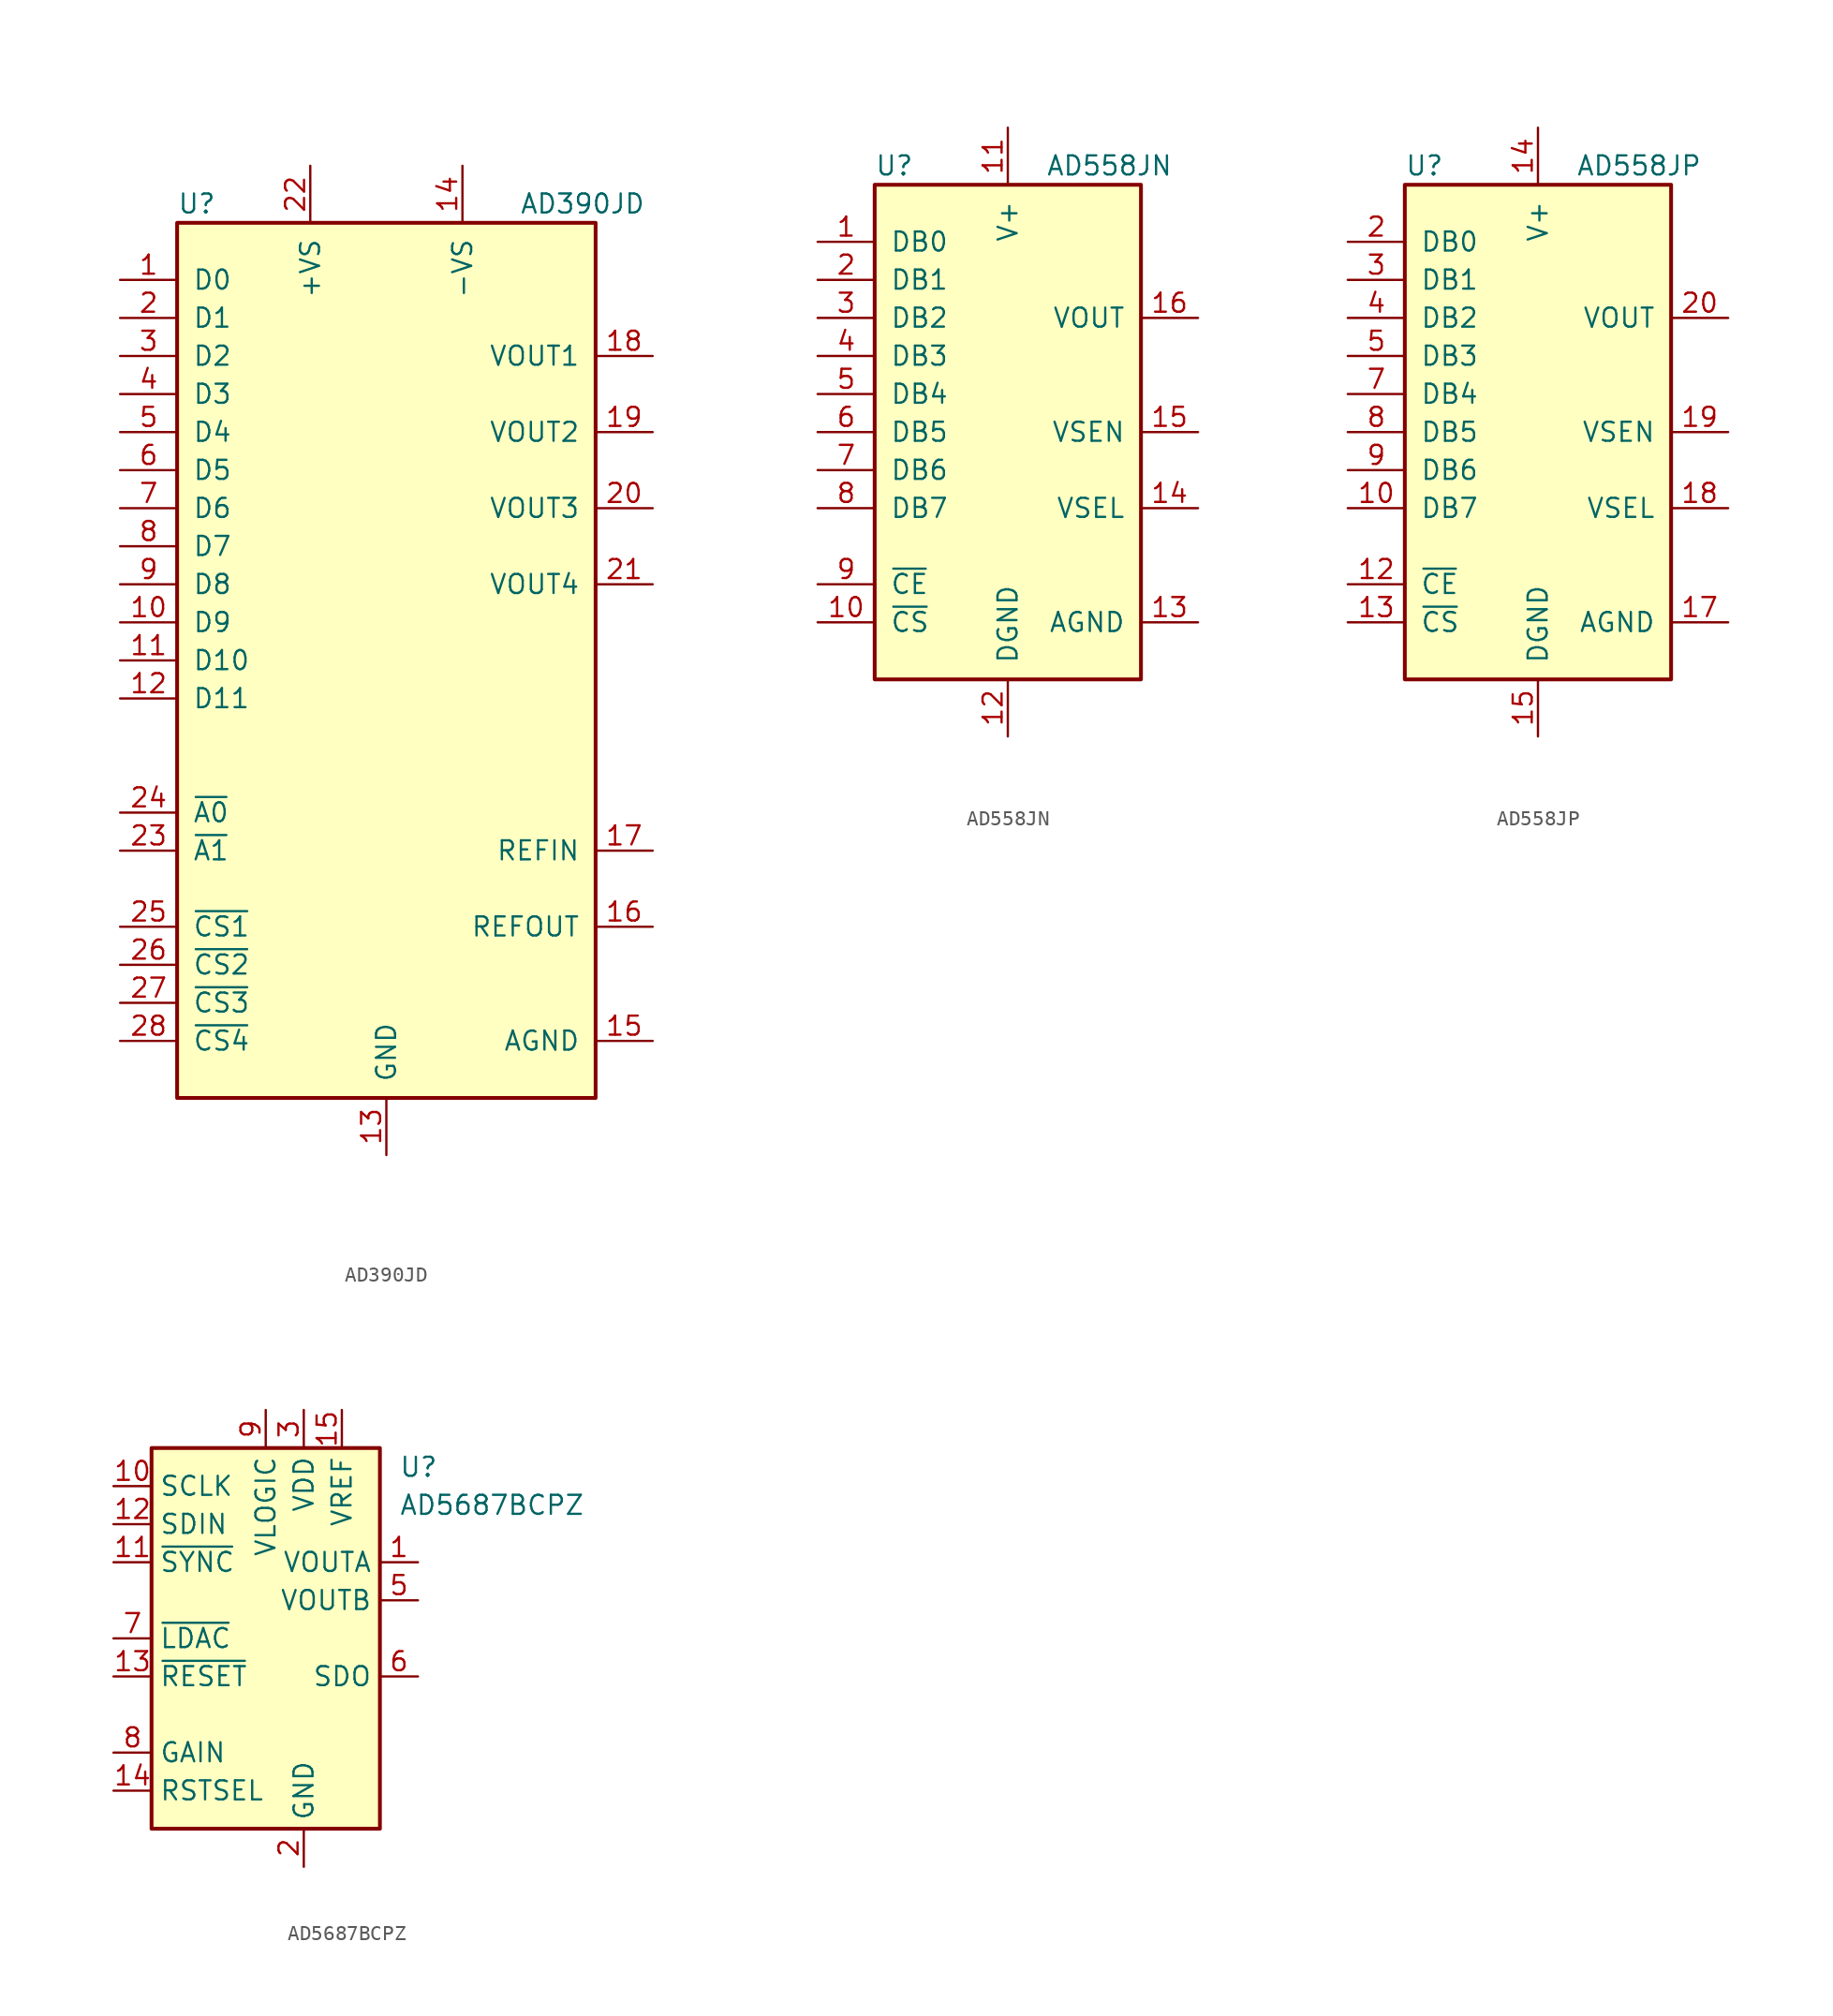
<source format=kicad_sym>
(kicad_symbol_lib
  (version 20220914)
  (generator kicad_symbol_editor)
  (symbol "AD390JD"
    (pin_names
      (offset 1.016))
    (property "Reference" "U"
      (at -13.97 30.48 0)
      (effects (font (size 1.27 1.27)) (justify left)))
    (property "Value" "AD390JD"
      (at 8.89 30.48 0)
      (effects (font (size 1.27 1.27)) (justify left)))
    (symbol "AD390JD_0_1"
      (rectangle (start -13.97 -29.21) (end 13.97 29.21) (stroke (width 0.254) (type default)) (fill (type background))))
    (symbol "AD390JD_1_1"
      (pin input line (at -17.78 25.4 0) (length 3.81) (name "D0" (effects (font (size 1.27 1.27)))) (number "1" (effects (font (size 1.27 1.27)))))
      (pin input line (at -17.78 2.54 0) (length 3.81) (name "D9" (effects (font (size 1.27 1.27)))) (number "10" (effects (font (size 1.27 1.27)))))
      (pin input line (at -17.78 0 0) (length 3.81) (name "D10" (effects (font (size 1.27 1.27)))) (number "11" (effects (font (size 1.27 1.27)))))
      (pin input line (at -17.78 -2.54 0) (length 3.81) (name "D11" (effects (font (size 1.27 1.27)))) (number "12" (effects (font (size 1.27 1.27)))))
      (pin power_in line (at 0 -33.02 90) (length 3.81) (name "GND" (effects (font (size 1.27 1.27)))) (number "13" (effects (font (size 1.27 1.27)))))
      (pin power_in line (at 5.08 33.02 270) (length 3.81) (name "-VS" (effects (font (size 1.27 1.27)))) (number "14" (effects (font (size 1.27 1.27)))))
      (pin passive line (at 17.78 -25.4 180) (length 3.81) (name "AGND" (effects (font (size 1.27 1.27)))) (number "15" (effects (font (size 1.27 1.27)))))
      (pin passive line (at 17.78 -17.78 180) (length 3.81) (name "REFOUT" (effects (font (size 1.27 1.27)))) (number "16" (effects (font (size 1.27 1.27)))))
      (pin passive line (at 17.78 -12.7 180) (length 3.81) (name "REFIN" (effects (font (size 1.27 1.27)))) (number "17" (effects (font (size 1.27 1.27)))))
      (pin passive line (at 17.78 20.32 180) (length 3.81) (name "VOUT1" (effects (font (size 1.27 1.27)))) (number "18" (effects (font (size 1.27 1.27)))))
      (pin passive line (at 17.78 15.24 180) (length 3.81) (name "VOUT2" (effects (font (size 1.27 1.27)))) (number "19" (effects (font (size 1.27 1.27)))))
      (pin input line (at -17.78 22.86 0) (length 3.81) (name "D1" (effects (font (size 1.27 1.27)))) (number "2" (effects (font (size 1.27 1.27)))))
      (pin passive line (at 17.78 10.16 180) (length 3.81) (name "VOUT3" (effects (font (size 1.27 1.27)))) (number "20" (effects (font (size 1.27 1.27)))))
      (pin passive line (at 17.78 5.08 180) (length 3.81) (name "VOUT4" (effects (font (size 1.27 1.27)))) (number "21" (effects (font (size 1.27 1.27)))))
      (pin power_in line (at -5.08 33.02 270) (length 3.81) (name "+VS" (effects (font (size 1.27 1.27)))) (number "22" (effects (font (size 1.27 1.27)))))
      (pin input line (at -17.78 -12.7 0) (length 3.81) (name "~{A1}" (effects (font (size 1.27 1.27)))) (number "23" (effects (font (size 1.27 1.27)))))
      (pin input line (at -17.78 -10.16 0) (length 3.81) (name "~{A0}" (effects (font (size 1.27 1.27)))) (number "24" (effects (font (size 1.27 1.27)))))
      (pin input line (at -17.78 -17.78 0) (length 3.81) (name "~{CS1}" (effects (font (size 1.27 1.27)))) (number "25" (effects (font (size 1.27 1.27)))))
      (pin input line (at -17.78 -20.32 0) (length 3.81) (name "~{CS2}" (effects (font (size 1.27 1.27)))) (number "26" (effects (font (size 1.27 1.27)))))
      (pin input line (at -17.78 -22.86 0) (length 3.81) (name "~{CS3}" (effects (font (size 1.27 1.27)))) (number "27" (effects (font (size 1.27 1.27)))))
      (pin input line (at -17.78 -25.4 0) (length 3.81) (name "~{CS4}" (effects (font (size 1.27 1.27)))) (number "28" (effects (font (size 1.27 1.27)))))
      (pin input line (at -17.78 20.32 0) (length 3.81) (name "D2" (effects (font (size 1.27 1.27)))) (number "3" (effects (font (size 1.27 1.27)))))
      (pin input line (at -17.78 17.78 0) (length 3.81) (name "D3" (effects (font (size 1.27 1.27)))) (number "4" (effects (font (size 1.27 1.27)))))
      (pin input line (at -17.78 15.24 0) (length 3.81) (name "D4" (effects (font (size 1.27 1.27)))) (number "5" (effects (font (size 1.27 1.27)))))
      (pin input line (at -17.78 12.7 0) (length 3.81) (name "D5" (effects (font (size 1.27 1.27)))) (number "6" (effects (font (size 1.27 1.27)))))
      (pin input line (at -17.78 10.16 0) (length 3.81) (name "D6" (effects (font (size 1.27 1.27)))) (number "7" (effects (font (size 1.27 1.27)))))
      (pin input line (at -17.78 7.62 0) (length 3.81) (name "D7" (effects (font (size 1.27 1.27)))) (number "8" (effects (font (size 1.27 1.27)))))
      (pin input line (at -17.78 5.08 0) (length 3.81) (name "D8" (effects (font (size 1.27 1.27)))) (number "9" (effects (font (size 1.27 1.27)))))))
  (symbol "AD558JN"
    (pin_names
      (offset 1.016))
    (property "Reference" "U"
      (at -8.89 17.78 0)
      (effects (font (size 1.27 1.27)) (justify left)))
    (property "Value" "AD558JN"
      (at 2.54 17.78 0)
      (effects (font (size 1.27 1.27)) (justify left)))
    (symbol "AD558JN_0_1"
      (rectangle (start -8.89 -16.51) (end 8.89 16.51) (stroke (width 0.254) (type default)) (fill (type background))))
    (symbol "AD558JN_1_1"
      (pin input line (at -12.7 12.7 0) (length 3.81) (name "DB0" (effects (font (size 1.27 1.27)))) (number "1" (effects (font (size 1.27 1.27)))))
      (pin input line (at -12.7 -12.7 0) (length 3.81) (name "~{CS}" (effects (font (size 1.27 1.27)))) (number "10" (effects (font (size 1.27 1.27)))))
      (pin power_in line (at 0 20.32 270) (length 3.81) (name "V+" (effects (font (size 1.27 1.27)))) (number "11" (effects (font (size 1.27 1.27)))))
      (pin power_in line (at 0 -20.32 90) (length 3.81) (name "DGND" (effects (font (size 1.27 1.27)))) (number "12" (effects (font (size 1.27 1.27)))))
      (pin power_in line (at 12.7 -12.7 180) (length 3.81) (name "AGND" (effects (font (size 1.27 1.27)))) (number "13" (effects (font (size 1.27 1.27)))))
      (pin input line (at 12.7 -5.08 180) (length 3.81) (name "VSEL" (effects (font (size 1.27 1.27)))) (number "14" (effects (font (size 1.27 1.27)))))
      (pin input line (at 12.7 0 180) (length 3.81) (name "VSEN" (effects (font (size 1.27 1.27)))) (number "15" (effects (font (size 1.27 1.27)))))
      (pin output line (at 12.7 7.62 180) (length 3.81) (name "VOUT" (effects (font (size 1.27 1.27)))) (number "16" (effects (font (size 1.27 1.27)))))
      (pin input line (at -12.7 10.16 0) (length 3.81) (name "DB1" (effects (font (size 1.27 1.27)))) (number "2" (effects (font (size 1.27 1.27)))))
      (pin input line (at -12.7 7.62 0) (length 3.81) (name "DB2" (effects (font (size 1.27 1.27)))) (number "3" (effects (font (size 1.27 1.27)))))
      (pin input line (at -12.7 5.08 0) (length 3.81) (name "DB3" (effects (font (size 1.27 1.27)))) (number "4" (effects (font (size 1.27 1.27)))))
      (pin input line (at -12.7 2.54 0) (length 3.81) (name "DB4" (effects (font (size 1.27 1.27)))) (number "5" (effects (font (size 1.27 1.27)))))
      (pin input line (at -12.7 0 0) (length 3.81) (name "DB5" (effects (font (size 1.27 1.27)))) (number "6" (effects (font (size 1.27 1.27)))))
      (pin input line (at -12.7 -2.54 0) (length 3.81) (name "DB6" (effects (font (size 1.27 1.27)))) (number "7" (effects (font (size 1.27 1.27)))))
      (pin input line (at -12.7 -5.08 0) (length 3.81) (name "DB7" (effects (font (size 1.27 1.27)))) (number "8" (effects (font (size 1.27 1.27)))))
      (pin input line (at -12.7 -10.16 0) (length 3.81) (name "~{CE}" (effects (font (size 1.27 1.27)))) (number "9" (effects (font (size 1.27 1.27)))))))
  (symbol "AD558JP"
    (pin_names
      (offset 1.016))
    (property "Reference" "U"
      (at -8.89 17.78 0)
      (effects (font (size 1.27 1.27)) (justify left)))
    (property "Value" "AD558JP"
      (at 2.54 17.78 0)
      (effects (font (size 1.27 1.27)) (justify left)))
    (symbol "AD558JP_0_1"
      (rectangle (start -8.89 -16.51) (end 8.89 16.51) (stroke (width 0.254) (type default)) (fill (type background))))
    (symbol "AD558JP_1_1"
      (pin input line (at -12.7 -5.08 0) (length 3.81) (name "DB7" (effects (font (size 1.27 1.27)))) (number "10" (effects (font (size 1.27 1.27)))))
      (pin input line (at -12.7 -10.16 0) (length 3.81) (name "~{CE}" (effects (font (size 1.27 1.27)))) (number "12" (effects (font (size 1.27 1.27)))))
      (pin input line (at -12.7 -12.7 0) (length 3.81) (name "~{CS}" (effects (font (size 1.27 1.27)))) (number "13" (effects (font (size 1.27 1.27)))))
      (pin power_in line (at 0 20.32 270) (length 3.81) (name "V+" (effects (font (size 1.27 1.27)))) (number "14" (effects (font (size 1.27 1.27)))))
      (pin power_in line (at 0 -20.32 90) (length 3.81) (name "DGND" (effects (font (size 1.27 1.27)))) (number "15" (effects (font (size 1.27 1.27)))))
      (pin power_in line (at 12.7 -12.7 180) (length 3.81) (name "AGND" (effects (font (size 1.27 1.27)))) (number "17" (effects (font (size 1.27 1.27)))))
      (pin input line (at 12.7 -5.08 180) (length 3.81) (name "VSEL" (effects (font (size 1.27 1.27)))) (number "18" (effects (font (size 1.27 1.27)))))
      (pin input line (at 12.7 0 180) (length 3.81) (name "VSEN" (effects (font (size 1.27 1.27)))) (number "19" (effects (font (size 1.27 1.27)))))
      (pin input line (at -12.7 12.7 0) (length 3.81) (name "DB0" (effects (font (size 1.27 1.27)))) (number "2" (effects (font (size 1.27 1.27)))))
      (pin output line (at 12.7 7.62 180) (length 3.81) (name "VOUT" (effects (font (size 1.27 1.27)))) (number "20" (effects (font (size 1.27 1.27)))))
      (pin input line (at -12.7 10.16 0) (length 3.81) (name "DB1" (effects (font (size 1.27 1.27)))) (number "3" (effects (font (size 1.27 1.27)))))
      (pin input line (at -12.7 7.62 0) (length 3.81) (name "DB2" (effects (font (size 1.27 1.27)))) (number "4" (effects (font (size 1.27 1.27)))))
      (pin input line (at -12.7 5.08 0) (length 3.81) (name "DB3" (effects (font (size 1.27 1.27)))) (number "5" (effects (font (size 1.27 1.27)))))
      (pin input line (at -12.7 2.54 0) (length 3.81) (name "DB4" (effects (font (size 1.27 1.27)))) (number "7" (effects (font (size 1.27 1.27)))))
      (pin input line (at -12.7 0 0) (length 3.81) (name "DB5" (effects (font (size 1.27 1.27)))) (number "8" (effects (font (size 1.27 1.27)))))
      (pin input line (at -12.7 -2.54 0) (length 3.81) (name "DB6" (effects (font (size 1.27 1.27)))) (number "9" (effects (font (size 1.27 1.27)))))))
  (symbol "AD5687BCPZ"
    (property "Reference" "U"
      (at 8.89 11.43 0)
      (effects (font (size 1.27 1.27)) (justify left)))
    (property "Value" "AD5687BCPZ"
      (at 8.89 8.89 0)
      (effects (font (size 1.27 1.27)) (justify left)))
    (symbol "AD5687BCPZ_0_1"
      (rectangle (start -7.62 12.7) (end 7.62 -12.7) (stroke (width 0.254) (type default)) (fill (type background))))
    (symbol "AD5687BCPZ_1_1"
      (pin output line (at 10.16 5.08 180) (length 2.54) (name "VOUTA" (effects (font (size 1.27 1.27)))) (number "1" (effects (font (size 1.27 1.27)))))
      (pin input line (at -10.16 10.16 0) (length 2.54) (name "SCLK" (effects (font (size 1.27 1.27)))) (number "10" (effects (font (size 1.27 1.27)))))
      (pin input line (at -10.16 5.08 0) (length 2.54) (name "~{SYNC}" (effects (font (size 1.27 1.27)))) (number "11" (effects (font (size 1.27 1.27)))))
      (pin input line (at -10.16 7.62 0) (length 2.54) (name "SDIN" (effects (font (size 1.27 1.27)))) (number "12" (effects (font (size 1.27 1.27)))))
      (pin input line (at -10.16 -2.54 0) (length 2.54) (name "~{RESET}" (effects (font (size 1.27 1.27)))) (number "13" (effects (font (size 1.27 1.27)))))
      (pin input line (at -10.16 -10.16 0) (length 2.54) (name "RSTSEL" (effects (font (size 1.27 1.27)))) (number "14" (effects (font (size 1.27 1.27)))))
      (pin power_in line (at 5.08 15.24 270) (length 2.54) (name "VREF" (effects (font (size 1.27 1.27)))) (number "15" (effects (font (size 1.27 1.27)))))
      (pin no_connect line (at 7.62 -5.08 180) (length 2.54) hide (name "NC" (effects (font (size 1.27 1.27)))) (number "16" (effects (font (size 1.27 1.27)))))
      (pin passive line (at 2.54 -15.24 90) (length 2.54) hide (name "GND" (effects (font (size 1.27 1.27)))) (number "17" (effects (font (size 1.27 1.27)))))
      (pin power_in line (at 2.54 -15.24 90) (length 2.54) (name "GND" (effects (font (size 1.27 1.27)))) (number "2" (effects (font (size 1.27 1.27)))))
      (pin power_in line (at 2.54 15.24 270) (length 2.54) (name "VDD" (effects (font (size 1.27 1.27)))) (number "3" (effects (font (size 1.27 1.27)))))
      (pin no_connect line (at 7.62 -7.62 180) (length 2.54) hide (name "NC" (effects (font (size 1.27 1.27)))) (number "4" (effects (font (size 1.27 1.27)))))
      (pin output line (at 10.16 2.54 180) (length 2.54) (name "VOUTB" (effects (font (size 1.27 1.27)))) (number "5" (effects (font (size 1.27 1.27)))))
      (pin output line (at 10.16 -2.54 180) (length 2.54) (name "SDO" (effects (font (size 1.27 1.27)))) (number "6" (effects (font (size 1.27 1.27)))))
      (pin input line (at -10.16 0 0) (length 2.54) (name "~{LDAC}" (effects (font (size 1.27 1.27)))) (number "7" (effects (font (size 1.27 1.27)))))
      (pin input line (at -10.16 -7.62 0) (length 2.54) (name "GAIN" (effects (font (size 1.27 1.27)))) (number "8" (effects (font (size 1.27 1.27)))))
      (pin power_in line (at 0 15.24 270) (length 2.54) (name "VLOGIC" (effects (font (size 1.27 1.27)))) (number "9" (effects (font (size 1.27 1.27))))))))
</source>
